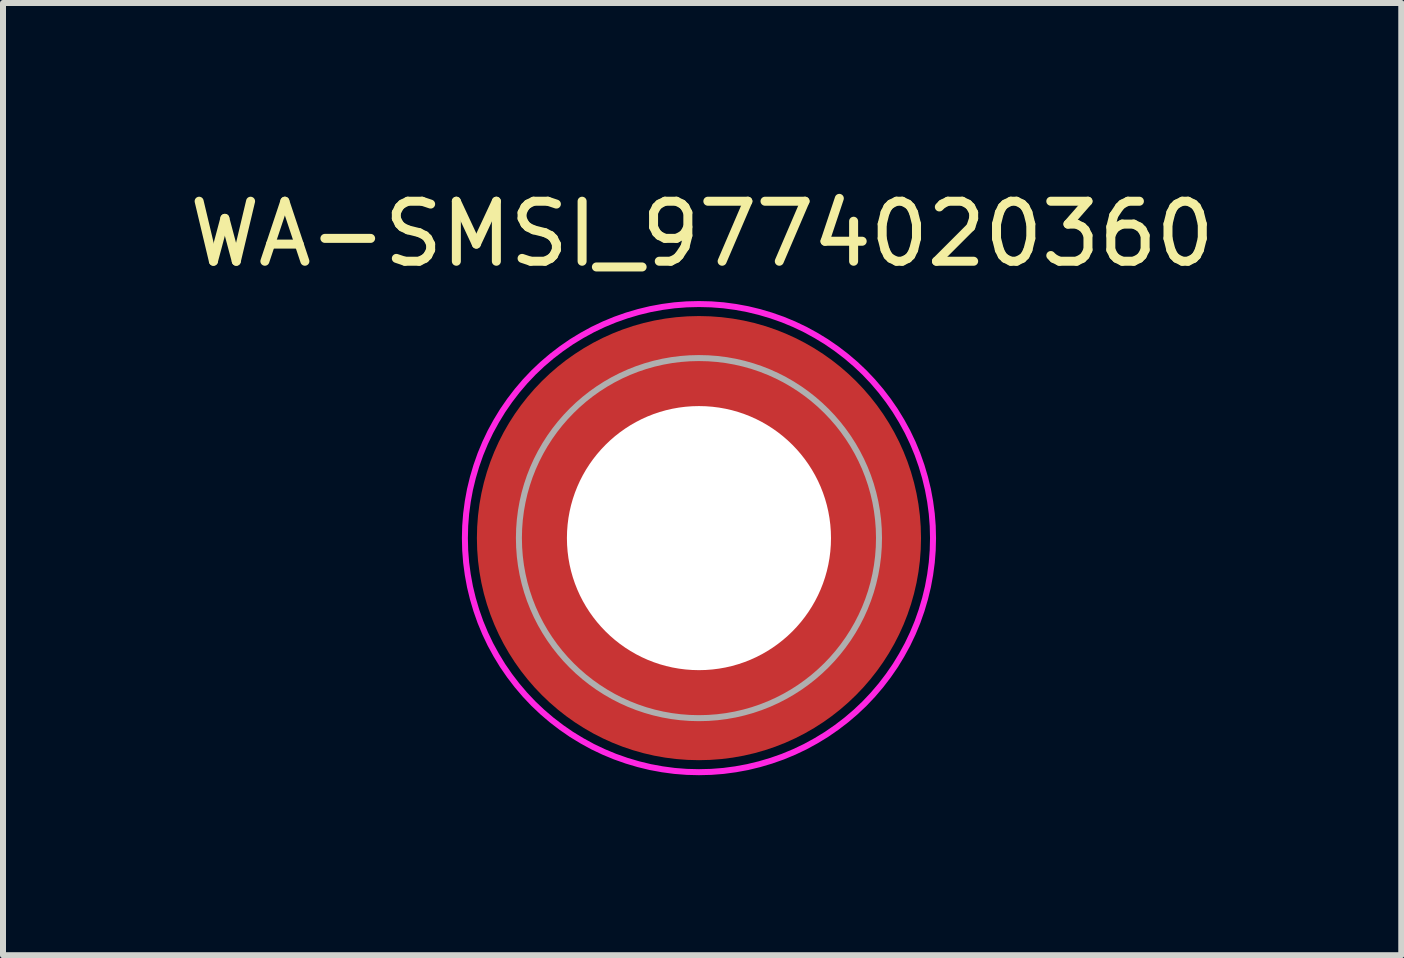
<source format=kicad_pcb>
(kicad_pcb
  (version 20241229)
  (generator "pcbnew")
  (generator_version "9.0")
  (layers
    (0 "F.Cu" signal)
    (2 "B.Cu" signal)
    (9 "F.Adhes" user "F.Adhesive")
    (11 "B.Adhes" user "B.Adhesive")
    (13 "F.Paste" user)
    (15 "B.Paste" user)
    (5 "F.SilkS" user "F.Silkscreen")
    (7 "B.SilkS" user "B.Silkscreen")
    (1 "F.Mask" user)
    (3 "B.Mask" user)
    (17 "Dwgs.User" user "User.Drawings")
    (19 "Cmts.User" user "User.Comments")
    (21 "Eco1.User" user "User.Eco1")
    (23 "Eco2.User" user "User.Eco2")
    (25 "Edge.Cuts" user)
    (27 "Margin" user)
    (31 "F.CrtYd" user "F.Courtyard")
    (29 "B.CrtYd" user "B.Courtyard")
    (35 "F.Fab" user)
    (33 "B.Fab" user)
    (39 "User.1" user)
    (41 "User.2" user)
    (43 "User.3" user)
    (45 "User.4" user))
  (footprint "WA-SMSI_9774020360"
    (layer "F.Cu")
    (at 8.596 5.916)
    (property "Reference" "WA-SMSI_9774020360" (at 0.053 -5.068 0) (layer "F.SilkS") (effects (font (size 1 1) (thickness 0.15))))
    (attr smd)
    (fp_poly (pts (xy -3.615 0.4) (xy -2.205 0.4) (xy -2.19 0.475) (xy -2.165 0.58) (xy -2.13 0.7) (xy -2.1 0.78) (xy -2.07 0.86) (xy -2.025 0.96) (xy -1.975 1.06) (xy -1.92 1.155) (xy -1.86 1.25) (xy -1.815 1.315) (xy -1.75 1.4) (xy -1.695 1.465) (xy -1.605 1.565) (xy -1.52 1.645) (xy -1.465 1.695) (xy -1.405 1.745) (xy -1.32 1.81) (xy -1.235 1.87) (xy -1.13 1.935) (xy -1.05 1.98) (xy -0.95 2.03) (xy -0.81 2.09) (xy -0.695 2.13) (xy -0.58 2.165) (xy -0.475 2.19) (xy -0.4 2.205) (xy -0.4 3.615) (xy -0.43 3.61) (xy -0.505 3.6) (xy -0.605 3.585) (xy -0.715 3.565) (xy -0.83 3.54) (xy -0.93 3.515) (xy -1.04 3.485) (xy -1.135 3.455) (xy -1.205 3.43) (xy -1.3 3.395) (xy -1.365 3.37) (xy -1.46 3.33) (xy -1.55 3.29) (xy -1.65 3.24) (xy -1.77 3.175) (xy -1.885 3.11) (xy -1.985 3.045) (xy -2.075 2.985) (xy -2.165 2.92) (xy -2.23 2.87) (xy -2.295 2.82) (xy -2.365 2.76) (xy -2.44 2.695) (xy -2.515 2.625) (xy -2.6 2.54) (xy -2.645 2.495) (xy -2.69 2.445) (xy -2.76 2.365) (xy -2.82 2.295) (xy -2.875 2.225) (xy -2.935 2.145) (xy -2.995 2.06) (xy -3.085 1.925) (xy -3.18 1.765) (xy -3.27 1.59) (xy -3.34 1.44) (xy -3.4 1.29) (xy -3.455 1.135) (xy -3.505 0.97) (xy -3.55 0.795) (xy -3.575 0.665) (xy -3.6 0.52)) (stroke (width 0.01) (type solid)) (fill yes) (layer "F.Paste"))
    (fp_poly (pts (xy -0.4 -3.615) (xy -0.4 -2.205) (xy -0.475 -2.19) (xy -0.58 -2.165) (xy -0.7 -2.13) (xy -0.78 -2.1) (xy -0.86 -2.07) (xy -0.96 -2.025) (xy -1.06 -1.975) (xy -1.155 -1.92) (xy -1.25 -1.86) (xy -1.315 -1.815) (xy -1.4 -1.75) (xy -1.465 -1.695) (xy -1.565 -1.605) (xy -1.645 -1.52) (xy -1.695 -1.465) (xy -1.745 -1.405) (xy -1.81 -1.32) (xy -1.87 -1.235) (xy -1.935 -1.13) (xy -1.98 -1.05) (xy -2.03 -0.95) (xy -2.09 -0.81) (xy -2.13 -0.695) (xy -2.165 -0.58) (xy -2.19 -0.475) (xy -2.205 -0.4) (xy -3.615 -0.4) (xy -3.61 -0.43) (xy -3.6 -0.505) (xy -3.585 -0.605) (xy -3.565 -0.715) (xy -3.54 -0.83) (xy -3.515 -0.93) (xy -3.485 -1.04) (xy -3.455 -1.135) (xy -3.43 -1.205) (xy -3.395 -1.3) (xy -3.37 -1.365) (xy -3.33 -1.46) (xy -3.29 -1.55) (xy -3.24 -1.65) (xy -3.175 -1.77) (xy -3.11 -1.885) (xy -3.045 -1.985) (xy -2.985 -2.075) (xy -2.92 -2.165) (xy -2.87 -2.23) (xy -2.82 -2.295) (xy -2.76 -2.365) (xy -2.695 -2.44) (xy -2.625 -2.515) (xy -2.54 -2.6) (xy -2.495 -2.645) (xy -2.445 -2.69) (xy -2.365 -2.76) (xy -2.295 -2.82) (xy -2.225 -2.875) (xy -2.145 -2.935) (xy -2.06 -2.995) (xy -1.925 -3.085) (xy -1.765 -3.18) (xy -1.59 -3.27) (xy -1.44 -3.34) (xy -1.29 -3.4) (xy -1.135 -3.455) (xy -0.97 -3.505) (xy -0.795 -3.55) (xy -0.665 -3.575) (xy -0.52 -3.6)) (stroke (width 0.01) (type solid)) (fill yes) (layer "F.Paste"))
    (fp_poly (pts (xy 0.4 3.615) (xy 0.4 2.205) (xy 0.475 2.19) (xy 0.58 2.165) (xy 0.7 2.13) (xy 0.78 2.1) (xy 0.86 2.07) (xy 0.96 2.025) (xy 1.06 1.975) (xy 1.155 1.92) (xy 1.25 1.86) (xy 1.315 1.815) (xy 1.4 1.75) (xy 1.465 1.695) (xy 1.565 1.605) (xy 1.645 1.52) (xy 1.695 1.465) (xy 1.745 1.405) (xy 1.81 1.32) (xy 1.87 1.235) (xy 1.935 1.13) (xy 1.98 1.05) (xy 2.03 0.95) (xy 2.09 0.81) (xy 2.13 0.695) (xy 2.165 0.58) (xy 2.19 0.475) (xy 2.205 0.4) (xy 3.615 0.4) (xy 3.61 0.43) (xy 3.6 0.505) (xy 3.585 0.605) (xy 3.565 0.715) (xy 3.54 0.83) (xy 3.515 0.93) (xy 3.485 1.04) (xy 3.455 1.135) (xy 3.43 1.205) (xy 3.395 1.3) (xy 3.37 1.365) (xy 3.33 1.46) (xy 3.29 1.55) (xy 3.24 1.65) (xy 3.175 1.77) (xy 3.11 1.885) (xy 3.045 1.985) (xy 2.985 2.075) (xy 2.92 2.165) (xy 2.87 2.23) (xy 2.82 2.295) (xy 2.76 2.365) (xy 2.695 2.44) (xy 2.625 2.515) (xy 2.54 2.6) (xy 2.495 2.645) (xy 2.445 2.69) (xy 2.365 2.76) (xy 2.295 2.82) (xy 2.225 2.875) (xy 2.145 2.935) (xy 2.06 2.995) (xy 1.925 3.085) (xy 1.765 3.18) (xy 1.59 3.27) (xy 1.44 3.34) (xy 1.29 3.4) (xy 1.135 3.455) (xy 0.97 3.505) (xy 0.795 3.55) (xy 0.665 3.575) (xy 0.52 3.6)) (stroke (width 0.01) (type solid)) (fill yes) (layer "F.Paste"))
    (fp_poly (pts (xy 3.615 -0.4) (xy 2.205 -0.4) (xy 2.19 -0.475) (xy 2.165 -0.58) (xy 2.13 -0.7) (xy 2.1 -0.78) (xy 2.07 -0.86) (xy 2.025 -0.96) (xy 1.975 -1.06) (xy 1.92 -1.155) (xy 1.86 -1.25) (xy 1.815 -1.315) (xy 1.75 -1.4) (xy 1.695 -1.465) (xy 1.605 -1.565) (xy 1.52 -1.645) (xy 1.465 -1.695) (xy 1.405 -1.745) (xy 1.32 -1.81) (xy 1.235 -1.87) (xy 1.13 -1.935) (xy 1.05 -1.98) (xy 0.95 -2.03) (xy 0.81 -2.09) (xy 0.695 -2.13) (xy 0.58 -2.165) (xy 0.475 -2.19) (xy 0.4 -2.205) (xy 0.4 -3.615) (xy 0.43 -3.61) (xy 0.505 -3.6) (xy 0.605 -3.585) (xy 0.715 -3.565) (xy 0.83 -3.54) (xy 0.93 -3.515) (xy 1.04 -3.485) (xy 1.135 -3.455) (xy 1.205 -3.43) (xy 1.3 -3.395) (xy 1.365 -3.37) (xy 1.46 -3.33) (xy 1.55 -3.29) (xy 1.65 -3.24) (xy 1.77 -3.175) (xy 1.885 -3.11) (xy 1.985 -3.045) (xy 2.075 -2.985) (xy 2.165 -2.92) (xy 2.23 -2.87) (xy 2.295 -2.82) (xy 2.365 -2.76) (xy 2.44 -2.695) (xy 2.515 -2.625) (xy 2.6 -2.54) (xy 2.645 -2.495) (xy 2.69 -2.445) (xy 2.76 -2.365) (xy 2.82 -2.295) (xy 2.875 -2.225) (xy 2.935 -2.145) (xy 2.995 -2.06) (xy 3.085 -1.925) (xy 3.18 -1.765) (xy 3.27 -1.59) (xy 3.34 -1.44) (xy 3.4 -1.29) (xy 3.455 -1.135) (xy 3.505 -0.97) (xy 3.55 -0.795) (xy 3.575 -0.665) (xy 3.6 -0.52)) (stroke (width 0.01) (type solid)) (fill yes) (layer "F.Paste"))
    (fp_poly (pts (xy 0 -3.9) (xy 0.204 -3.895) (xy 0.408 -3.879) (xy 0.61 -3.852) (xy 0.811 -3.815) (xy 1.009 -3.767) (xy 1.205 -3.709) (xy 1.398 -3.641) (xy 1.586 -3.563) (xy 1.771 -3.475) (xy 1.95 -3.377) (xy 2.124 -3.271) (xy 2.292 -3.155) (xy 2.454 -3.031) (xy 2.61 -2.898) (xy 2.758 -2.758) (xy 2.898 -2.61) (xy 3.031 -2.454) (xy 3.155 -2.292) (xy 3.271 -2.124) (xy 3.377 -1.95) (xy 3.475 -1.771) (xy 3.563 -1.586) (xy 3.641 -1.398) (xy 3.709 -1.205) (xy 3.767 -1.009) (xy 3.815 -0.811) (xy 3.852 -0.61) (xy 3.879 -0.408) (xy 3.895 -0.204) (xy 3.9 0) (xy 3.895 0.204) (xy 3.879 0.408) (xy 3.852 0.61) (xy 3.815 0.811) (xy 3.767 1.009) (xy 3.709 1.205) (xy 3.641 1.398) (xy 3.563 1.586) (xy 3.475 1.771) (xy 3.377 1.95) (xy 3.271 2.124) (xy 3.155 2.292) (xy 3.031 2.454) (xy 2.898 2.61) (xy 2.758 2.758) (xy 2.61 2.898) (xy 2.454 3.031) (xy 2.292 3.155) (xy 2.124 3.271) (xy 1.95 3.377) (xy 1.771 3.475) (xy 1.586 3.563) (xy 1.398 3.641) (xy 1.205 3.709) (xy 1.009 3.767) (xy 0.811 3.815) (xy 0.61 3.852) (xy 0.408 3.879) (xy 0.204 3.895) (xy 0 3.9) (xy -0.204 3.895) (xy -0.408 3.879) (xy -0.61 3.852) (xy -0.811 3.815) (xy -1.009 3.767) (xy -1.205 3.709) (xy -1.398 3.641) (xy -1.586 3.563) (xy -1.771 3.475) (xy -1.95 3.377) (xy -2.124 3.271) (xy -2.292 3.155) (xy -2.454 3.031) (xy -2.61 2.898) (xy -2.758 2.758) (xy -2.898 2.61) (xy -3.031 2.454) (xy -3.155 2.292) (xy -3.271 2.124) (xy -3.377 1.95) (xy -3.475 1.771) (xy -3.563 1.586) (xy -3.641 1.398) (xy -3.709 1.205) (xy -3.767 1.009) (xy -3.815 0.811) (xy -3.852 0.61) (xy -3.879 0.408) (xy -3.895 0.204) (xy -3.9 0) (xy -3.895 -0.204) (xy -3.879 -0.408) (xy -3.852 -0.61) (xy -3.815 -0.811) (xy -3.767 -1.009) (xy -3.709 -1.205) (xy -3.641 -1.398) (xy -3.563 -1.586) (xy -3.475 -1.771) (xy -3.377 -1.95) (xy -3.271 -2.124) (xy -3.155 -2.292) (xy -3.031 -2.454) (xy -2.898 -2.61) (xy -2.758 -2.758) (xy -2.61 -2.898) (xy -2.454 -3.031) (xy -2.292 -3.155) (xy -2.124 -3.271) (xy -1.95 -3.377) (xy -1.771 -3.475) (xy -1.586 -3.563) (xy -1.398 -3.641) (xy -1.205 -3.709) (xy -1.009 -3.767) (xy -0.811 -3.815) (xy -0.61 -3.852) (xy -0.408 -3.879) (xy -0.204 -3.895) (xy 0 -3.9)) (stroke (width 0.1) (type solid)) (fill no) (layer "F.CrtYd"))
    (fp_circle (center 0 0) (end 3 0) (stroke (width 0.1) (type solid)) (fill no) (layer "F.Fab"))
    (pad "" np_thru_hole circle (at 0 0) (size 4.4 4.4) (drill 4.4) (layers "*.Cu" "*.Mask"))
    (pad "1" smd circle (at 0 0) (size 7.4 7.4) (layers "F.Cu" "F.Mask")))
  (gr_rect
    (start -3 -3)
    (end 20.298 12.866)
    (stroke (width 0.1) (type default))
    (fill no)
    (layer "Edge.Cuts")))
</source>
